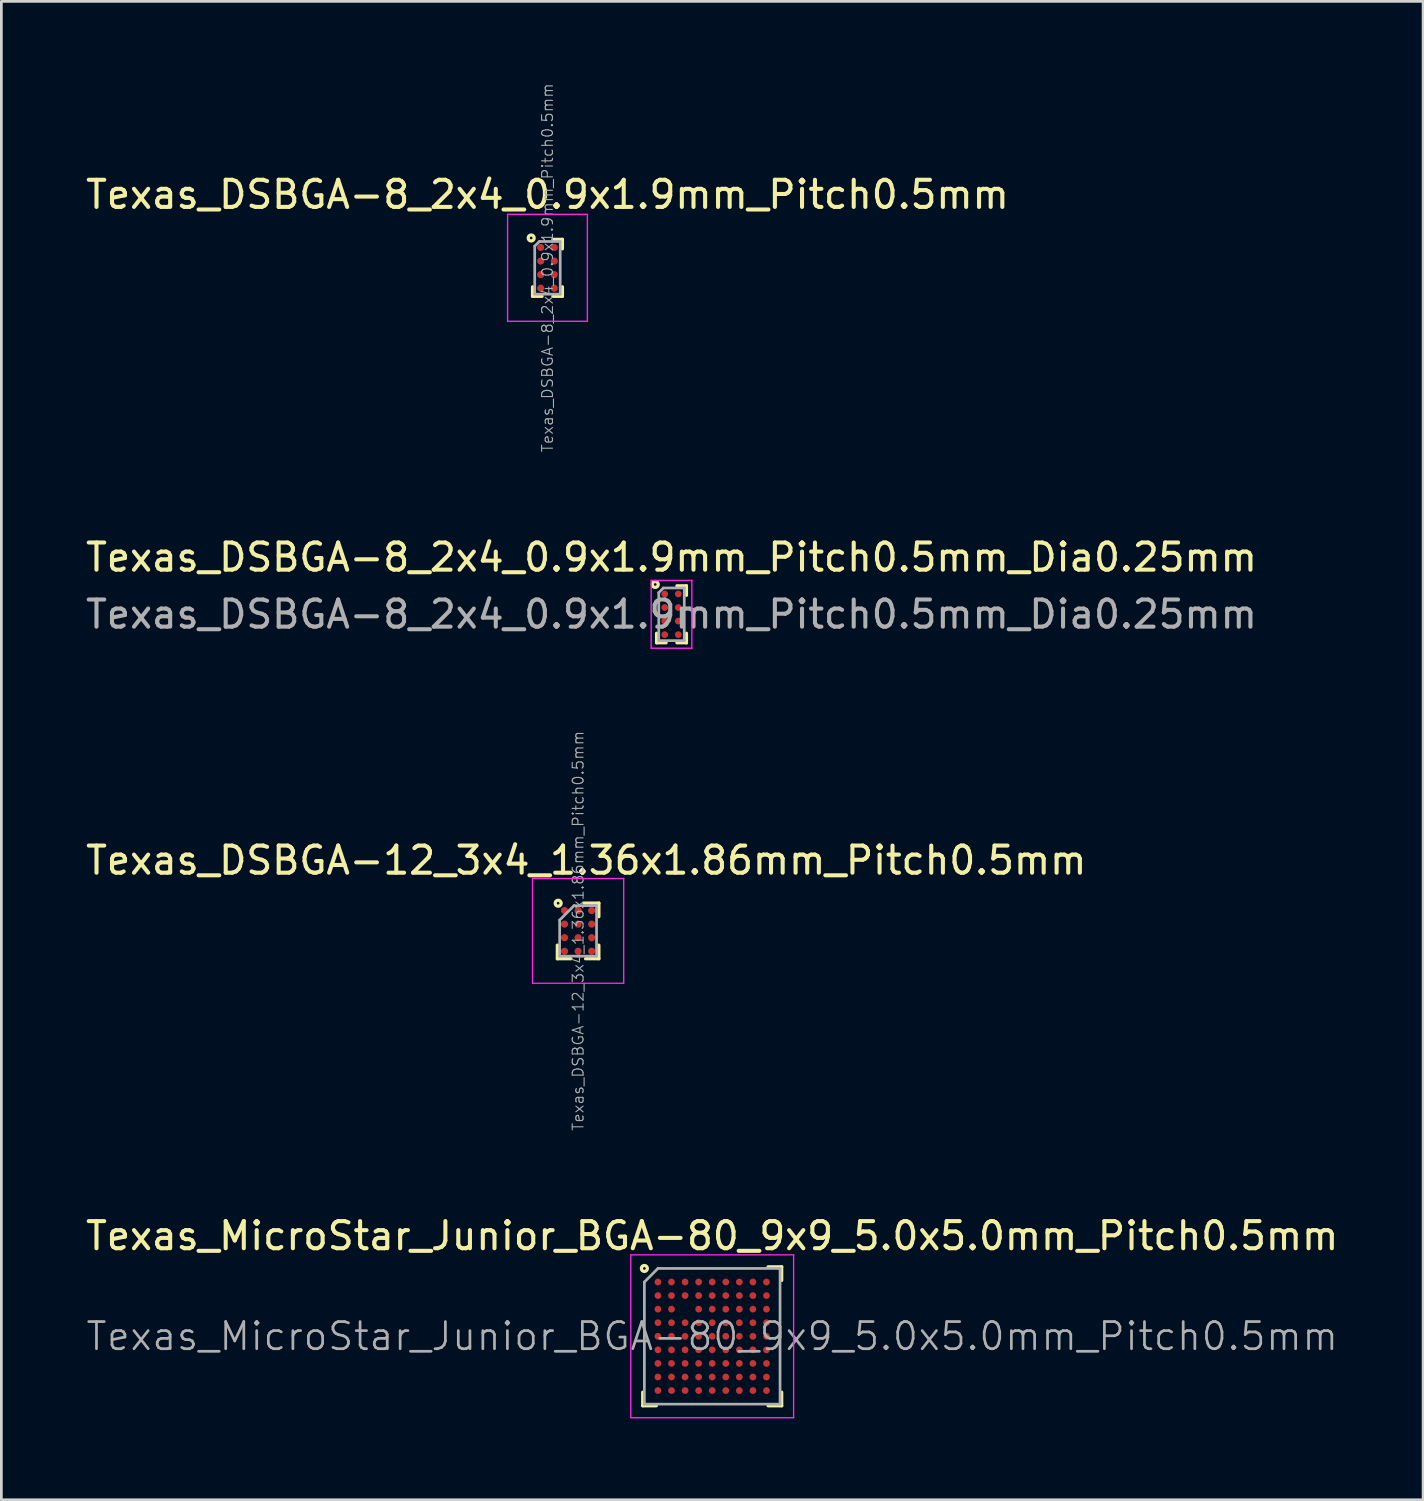
<source format=kicad_pcb>
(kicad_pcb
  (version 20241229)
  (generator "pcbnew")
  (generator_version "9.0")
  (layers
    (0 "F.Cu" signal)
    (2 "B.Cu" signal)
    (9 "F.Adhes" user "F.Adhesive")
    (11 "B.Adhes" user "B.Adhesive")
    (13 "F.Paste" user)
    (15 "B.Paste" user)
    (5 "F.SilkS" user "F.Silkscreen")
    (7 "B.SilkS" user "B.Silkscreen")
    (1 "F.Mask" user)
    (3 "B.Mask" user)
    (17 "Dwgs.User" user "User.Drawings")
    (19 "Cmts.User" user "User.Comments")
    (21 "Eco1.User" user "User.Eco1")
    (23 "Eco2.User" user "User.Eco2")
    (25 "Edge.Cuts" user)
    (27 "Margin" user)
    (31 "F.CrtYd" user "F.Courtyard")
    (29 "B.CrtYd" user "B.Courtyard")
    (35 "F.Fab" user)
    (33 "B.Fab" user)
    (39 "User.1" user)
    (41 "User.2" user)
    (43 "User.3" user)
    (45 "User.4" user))
  (footprint "Texas_DSBGA-8_2x4_0.9x1.9mm_Pitch0.5mm"
    (layer "F.Cu")
    (at 17.125 6.82)
    (property "Reference" "Texas_DSBGA-8_2x4_0.9x1.9mm_Pitch0.5mm" (at 0 -2.7 0) (layer "F.SilkS") (effects (font (size 1 1) (thickness 0.15))))
    (attr smd)
    (fp_line (start -0.55 0.7) (end -0.55 1.05) (stroke (width 0.12) (type solid)) (layer "F.SilkS"))
    (fp_line (start -0.55 1.05) (end -0.2 1.05) (stroke (width 0.12) (type solid)) (layer "F.SilkS"))
    (fp_line (start 0.2 1.05) (end 0.55 1.05) (stroke (width 0.12) (type solid)) (layer "F.SilkS"))
    (fp_line (start 0.55 -1.05) (end 0.2 -1.05) (stroke (width 0.12) (type solid)) (layer "F.SilkS"))
    (fp_line (start 0.55 -1.05) (end 0.55 -0.7) (stroke (width 0.12) (type solid)) (layer "F.SilkS"))
    (fp_line (start 0.55 1.05) (end 0.55 0.7) (stroke (width 0.12) (type solid)) (layer "F.SilkS"))
    (fp_circle (center -0.6 -1.1) (end -0.6 -1.05) (stroke (width 0.12) (type solid)) (fill no) (layer "F.SilkS"))
    (fp_line (start -1.47 -1.97) (end -1.47 1.97) (stroke (width 0.05) (type solid)) (layer "F.CrtYd"))
    (fp_line (start -1.47 1.97) (end 1.47 1.97) (stroke (width 0.05) (type solid)) (layer "F.CrtYd"))
    (fp_line (start 1.47 -1.97) (end -1.47 -1.97) (stroke (width 0.05) (type solid)) (layer "F.CrtYd"))
    (fp_line (start 1.47 1.97) (end 1.47 -1.97) (stroke (width 0.05) (type solid)) (layer "F.CrtYd"))
    (fp_line (start -0.47 -0.8) (end -0.47 0.97) (stroke (width 0.1) (type solid)) (layer "F.Fab"))
    (fp_line (start -0.47 -0.8) (end -0.3 -0.97) (stroke (width 0.1) (type solid)) (layer "F.Fab"))
    (fp_line (start -0.47 0.97) (end 0.47 0.97) (stroke (width 0.1) (type solid)) (layer "F.Fab"))
    (fp_line (start 0.47 -0.97) (end -0.3 -0.97) (stroke (width 0.1) (type solid)) (layer "F.Fab"))
    (fp_line (start 0.47 0.97) (end 0.47 -0.97) (stroke (width 0.1) (type solid)) (layer "F.Fab"))
    (fp_text user "${REFERENCE}" (at 0 0 90) (layer "F.Fab") (effects (font (size 0.4 0.4) (thickness 0.04))))
    (pad "" smd rect (at -0.25 -0.75) (size 0.3 0.3) (layers "F.Paste"))
    (pad "" smd rect (at -0.25 -0.25) (size 0.3 0.3) (layers "F.Paste"))
    (pad "" smd rect (at -0.25 0.25) (size 0.3 0.3) (layers "F.Paste"))
    (pad "" smd rect (at -0.25 0.75) (size 0.3 0.3) (layers "F.Paste"))
    (pad "" smd rect (at 0.25 -0.75) (size 0.3 0.3) (layers "F.Paste"))
    (pad "" smd rect (at 0.25 -0.25) (size 0.3 0.3) (layers "F.Paste"))
    (pad "" smd rect (at 0.25 0.25) (size 0.3 0.3) (layers "F.Paste"))
    (pad "" smd rect (at 0.25 0.75) (size 0.3 0.3) (layers "F.Paste"))
    (pad "A1" smd circle (at -0.25 -0.75) (size 0.265 0.265) (layers "F.Cu" "F.Mask"))
    (pad "A2" smd circle (at 0.25 -0.75) (size 0.265 0.265) (layers "F.Cu" "F.Mask"))
    (pad "B1" smd circle (at -0.25 -0.25) (size 0.265 0.265) (layers "F.Cu" "F.Mask"))
    (pad "B2" smd circle (at 0.25 -0.25) (size 0.265 0.265) (layers "F.Cu" "F.Mask"))
    (pad "C1" smd circle (at -0.25 0.25) (size 0.265 0.265) (layers "F.Cu" "F.Mask"))
    (pad "C2" smd circle (at 0.25 0.25) (size 0.265 0.265) (layers "F.Cu" "F.Mask"))
    (pad "D1" smd circle (at -0.25 0.75) (size 0.265 0.265) (layers "F.Cu" "F.Mask"))
    (pad "D2" smd circle (at 0.25 0.75) (size 0.265 0.265) (layers "F.Cu" "F.Mask")))
  (footprint "Texas_DSBGA-8_2x4_0.9x1.9mm_Pitch0.5mm_Dia0.25mm"
    (layer "F.Cu")
    (at 21.696 19.588)
    (property "Reference" "Texas_DSBGA-8_2x4_0.9x1.9mm_Pitch0.5mm_Dia0.25mm" (at 0 -2.1 0) (layer "F.SilkS") (effects (font (size 1 1) (thickness 0.15))))
    (attr smd)
    (fp_line (start -0.55 0.7) (end -0.55 1.05) (stroke (width 0.12) (type solid)) (layer "F.SilkS"))
    (fp_line (start -0.55 1.05) (end -0.2 1.05) (stroke (width 0.12) (type solid)) (layer "F.SilkS"))
    (fp_line (start 0.2 1.05) (end 0.55 1.05) (stroke (width 0.12) (type solid)) (layer "F.SilkS"))
    (fp_line (start 0.55 -1.05) (end 0.2 -1.05) (stroke (width 0.12) (type solid)) (layer "F.SilkS"))
    (fp_line (start 0.55 -1.05) (end 0.55 -0.7) (stroke (width 0.12) (type solid)) (layer "F.SilkS"))
    (fp_line (start 0.55 1.05) (end 0.55 0.7) (stroke (width 0.12) (type solid)) (layer "F.SilkS"))
    (fp_circle (center -0.6 -1.1) (end -0.6 -1.05) (stroke (width 0.12) (type solid)) (fill no) (layer "F.SilkS"))
    (fp_line (start -0.75 -1.25) (end -0.75 1.25) (stroke (width 0.05) (type solid)) (layer "F.CrtYd"))
    (fp_line (start -0.75 1.25) (end 0.75 1.25) (stroke (width 0.05) (type solid)) (layer "F.CrtYd"))
    (fp_line (start 0.75 -1.25) (end -0.75 -1.25) (stroke (width 0.05) (type solid)) (layer "F.CrtYd"))
    (fp_line (start 0.75 1.25) (end 0.75 -1.25) (stroke (width 0.05) (type solid)) (layer "F.CrtYd"))
    (fp_line (start -0.47 -0.8) (end -0.47 0.97) (stroke (width 0.1) (type solid)) (layer "F.Fab"))
    (fp_line (start -0.47 -0.8) (end -0.3 -0.97) (stroke (width 0.1) (type solid)) (layer "F.Fab"))
    (fp_line (start -0.47 0.97) (end 0.47 0.97) (stroke (width 0.1) (type solid)) (layer "F.Fab"))
    (fp_line (start 0.47 -0.97) (end -0.3 -0.97) (stroke (width 0.1) (type solid)) (layer "F.Fab"))
    (fp_line (start 0.47 0.97) (end 0.47 -0.97) (stroke (width 0.1) (type solid)) (layer "F.Fab"))
    (fp_text user "${REFERENCE}" (at 0 0 0) (layer "F.Fab") (effects (font (size 1 1) (thickness 0.15))))
    (pad "A1" smd circle (at -0.25 -0.75) (size 0.25 0.25) (layers "F.Cu" "F.Mask" "F.Paste"))
    (pad "A2" smd circle (at 0.25 -0.75) (size 0.25 0.25) (layers "F.Cu" "F.Mask" "F.Paste"))
    (pad "B1" smd circle (at -0.25 -0.25) (size 0.25 0.25) (layers "F.Cu" "F.Mask" "F.Paste"))
    (pad "B2" smd circle (at 0.25 -0.25) (size 0.25 0.25) (layers "F.Cu" "F.Mask" "F.Paste"))
    (pad "C1" smd circle (at -0.25 0.25) (size 0.25 0.25) (layers "F.Cu" "F.Mask" "F.Paste"))
    (pad "C2" smd circle (at 0.25 0.25) (size 0.25 0.25) (layers "F.Cu" "F.Mask" "F.Paste"))
    (pad "D1" smd circle (at -0.25 0.75) (size 0.25 0.25) (layers "F.Cu" "F.Mask" "F.Paste"))
    (pad "D2" smd circle (at 0.25 0.75) (size 0.25 0.25) (layers "F.Cu" "F.Mask" "F.Paste")))
  (footprint "Texas_DSBGA-12_3x4_1.36x1.86mm_Pitch0.5mm"
    (layer "F.Cu")
    (at 18.254 31.255)
    (property "Reference" "Texas_DSBGA-12_3x4_1.36x1.86mm_Pitch0.5mm" (at 0.3 -2.6 0) (layer "F.SilkS") (effects (font (size 1 1) (thickness 0.15))))
    (attr smd)
    (fp_line (start -0.765 0.525) (end -0.765 1.025) (stroke (width 0.12) (type solid)) (layer "F.SilkS"))
    (fp_line (start -0.765 1.025) (end -0.265 1.025) (stroke (width 0.12) (type solid)) (layer "F.SilkS"))
    (fp_line (start 0.215 -1.025) (end 0.765 -1.025) (stroke (width 0.12) (type solid)) (layer "F.SilkS"))
    (fp_line (start 0.765 -1.025) (end 0.765 -0.525) (stroke (width 0.12) (type solid)) (layer "F.SilkS"))
    (fp_line (start 0.765 1.025) (end 0.275 1.025) (stroke (width 0.12) (type solid)) (layer "F.SilkS"))
    (fp_line (start 0.765 1.025) (end 0.765 0.525) (stroke (width 0.12) (type solid)) (layer "F.SilkS"))
    (fp_circle (center -0.735 -1.02) (end -0.735 -0.97) (stroke (width 0.12) (type solid)) (fill no) (layer "F.SilkS"))
    (fp_line (start -1.68 -1.93) (end 1.68 -1.93) (stroke (width 0.05) (type solid)) (layer "F.CrtYd"))
    (fp_line (start -1.68 1.93) (end -1.68 -1.93) (stroke (width 0.05) (type solid)) (layer "F.CrtYd"))
    (fp_line (start -1.68 1.93) (end 1.68 1.93) (stroke (width 0.05) (type solid)) (layer "F.CrtYd"))
    (fp_line (start 1.68 -1.93) (end 1.68 1.93) (stroke (width 0.05) (type solid)) (layer "F.CrtYd"))
    (fp_line (start -0.68 -0.4) (end -0.15 -0.93) (stroke (width 0.1) (type solid)) (layer "F.Fab"))
    (fp_line (start -0.68 0.93) (end -0.68 -0.4) (stroke (width 0.1) (type solid)) (layer "F.Fab"))
    (fp_line (start -0.68 0.93) (end 0.68 0.93) (stroke (width 0.1) (type solid)) (layer "F.Fab"))
    (fp_line (start 0.68 -0.93) (end -0.15 -0.93) (stroke (width 0.1) (type solid)) (layer "F.Fab"))
    (fp_line (start 0.68 0.93) (end 0.68 -0.93) (stroke (width 0.1) (type solid)) (layer "F.Fab"))
    (fp_text user "${REFERENCE}" (at 0 0 90) (layer "F.Fab") (effects (font (size 0.4 0.4) (thickness 0.04))))
    (pad "" smd rect (at -0.5 -0.75) (size 0.3 0.3) (layers "F.Paste"))
    (pad "" smd rect (at -0.5 -0.25) (size 0.3 0.3) (layers "F.Paste"))
    (pad "" smd rect (at -0.5 0.25) (size 0.3 0.3) (layers "F.Paste"))
    (pad "" smd rect (at -0.5 0.75) (size 0.3 0.3) (layers "F.Paste"))
    (pad "" smd rect (at 0 -0.75) (size 0.3 0.3) (layers "F.Paste"))
    (pad "" smd rect (at 0 -0.25) (size 0.3 0.3) (layers "F.Paste"))
    (pad "" smd rect (at 0 0.25) (size 0.3 0.3) (layers "F.Paste"))
    (pad "" smd rect (at 0 0.75) (size 0.3 0.3) (layers "F.Paste"))
    (pad "" smd rect (at 0.5 -0.75) (size 0.3 0.3) (layers "F.Paste"))
    (pad "" smd rect (at 0.5 -0.25) (size 0.3 0.3) (layers "F.Paste"))
    (pad "" smd rect (at 0.5 0.25) (size 0.3 0.3) (layers "F.Paste"))
    (pad "" smd rect (at 0.5 0.75) (size 0.3 0.3) (layers "F.Paste"))
    (pad "A1" smd circle (at -0.5 -0.75) (size 0.265 0.265) (layers "F.Cu" "F.Mask"))
    (pad "A2" smd circle (at 0 -0.75) (size 0.265 0.265) (layers "F.Cu" "F.Mask"))
    (pad "A3" smd circle (at 0.5 -0.75) (size 0.265 0.265) (layers "F.Cu" "F.Mask"))
    (pad "B1" smd circle (at -0.5 -0.25) (size 0.265 0.265) (layers "F.Cu" "F.Mask"))
    (pad "B2" smd circle (at 0 -0.25) (size 0.265 0.265) (layers "F.Cu" "F.Mask"))
    (pad "B3" smd circle (at 0.5 -0.25) (size 0.265 0.265) (layers "F.Cu" "F.Mask"))
    (pad "C1" smd circle (at -0.5 0.25) (size 0.265 0.265) (layers "F.Cu" "F.Mask"))
    (pad "C2" smd circle (at 0 0.25) (size 0.265 0.265) (layers "F.Cu" "F.Mask"))
    (pad "C3" smd circle (at 0.5 0.25) (size 0.265 0.265) (layers "F.Cu" "F.Mask"))
    (pad "D1" smd circle (at -0.5 0.75) (size 0.265 0.265) (layers "F.Cu" "F.Mask"))
    (pad "D2" smd circle (at 0 0.75) (size 0.265 0.265) (layers "F.Cu" "F.Mask"))
    (pad "D3" smd circle (at 0.5 0.75) (size 0.265 0.265) (layers "F.Cu" "F.Mask")))
  (footprint "Texas_MicroStar_Junior_BGA-80_9x9_5.0x5.0mm_Pitch0.5mm"
    (layer "F.Cu")
    (at 23.196 46.194)
    (property "Reference" "Texas_MicroStar_Junior_BGA-80_9x9_5.0x5.0mm_Pitch0.5mm" (at 0 -3.7 0) (layer "F.SilkS") (effects (font (size 1 1) (thickness 0.15))))
    (attr smd)
    (fp_line (start -2.56 2.06) (end -2.56 2.56) (stroke (width 0.12) (type solid)) (layer "F.SilkS"))
    (fp_line (start -2.56 2.56) (end -2.06 2.56) (stroke (width 0.12) (type solid)) (layer "F.SilkS"))
    (fp_line (start 2.06 -2.56) (end 2.56 -2.56) (stroke (width 0.12) (type solid)) (layer "F.SilkS"))
    (fp_line (start 2.56 -2.56) (end 2.56 -2.06) (stroke (width 0.12) (type solid)) (layer "F.SilkS"))
    (fp_line (start 2.56 2.56) (end 2.06 2.56) (stroke (width 0.12) (type solid)) (layer "F.SilkS"))
    (fp_line (start 2.56 2.56) (end 2.56 2.06) (stroke (width 0.12) (type solid)) (layer "F.SilkS"))
    (fp_circle (center -2.5 -2.5) (end -2.5 -2.45) (stroke (width 0.12) (type solid)) (fill no) (layer "F.SilkS"))
    (fp_line (start -3 -3) (end 3 -3) (stroke (width 0.05) (type solid)) (layer "F.CrtYd"))
    (fp_line (start -3 3) (end -3 -3) (stroke (width 0.05) (type solid)) (layer "F.CrtYd"))
    (fp_line (start 3 -3) (end 3 3) (stroke (width 0.05) (type solid)) (layer "F.CrtYd"))
    (fp_line (start 3 3) (end -3 3) (stroke (width 0.05) (type solid)) (layer "F.CrtYd"))
    (fp_line (start -2.5 2.5) (end -2.5 -2) (stroke (width 0.1) (type solid)) (layer "F.Fab"))
    (fp_line (start -2 -2.5) (end -2.5 -2) (stroke (width 0.1) (type solid)) (layer "F.Fab"))
    (fp_line (start -2 -2.5) (end 2.5 -2.5) (stroke (width 0.1) (type solid)) (layer "F.Fab"))
    (fp_line (start 2.5 -2.5) (end 2.5 2.5) (stroke (width 0.1) (type solid)) (layer "F.Fab"))
    (fp_line (start 2.5 2.5) (end -2.5 2.5) (stroke (width 0.1) (type solid)) (layer "F.Fab"))
    (fp_text user "${REFERENCE}" (at 0 0 0) (layer "F.Fab") (effects (font (size 1 1) (thickness 0.1))))
    (pad "A1" smd circle (at -2 -2) (size 0.25 0.25) (layers "F.Cu" "F.Mask" "F.Paste"))
    (pad "A2" smd circle (at -1.5 -2) (size 0.25 0.25) (layers "F.Cu" "F.Mask" "F.Paste"))
    (pad "A3" smd circle (at -1 -2) (size 0.25 0.25) (layers "F.Cu" "F.Mask" "F.Paste"))
    (pad "A4" smd circle (at -0.5 -2) (size 0.25 0.25) (layers "F.Cu" "F.Mask" "F.Paste"))
    (pad "A5" smd circle (at 0 -2) (size 0.25 0.25) (layers "F.Cu" "F.Mask" "F.Paste"))
    (pad "A6" smd circle (at 0.5 -2) (size 0.25 0.25) (layers "F.Cu" "F.Mask" "F.Paste"))
    (pad "A7" smd circle (at 1 -2) (size 0.25 0.25) (layers "F.Cu" "F.Mask" "F.Paste"))
    (pad "A8" smd circle (at 1.5 -2) (size 0.25 0.25) (layers "F.Cu" "F.Mask" "F.Paste"))
    (pad "A9" smd circle (at 2 -2) (size 0.25 0.25) (layers "F.Cu" "F.Mask" "F.Paste"))
    (pad "B1" smd circle (at -2 -1.5) (size 0.25 0.25) (layers "F.Cu" "F.Mask" "F.Paste"))
    (pad "B2" smd circle (at -1.5 -1.5) (size 0.25 0.25) (layers "F.Cu" "F.Mask" "F.Paste"))
    (pad "B3" smd circle (at -1 -1.5) (size 0.25 0.25) (layers "F.Cu" "F.Mask" "F.Paste"))
    (pad "B4" smd circle (at -0.5 -1.5) (size 0.25 0.25) (layers "F.Cu" "F.Mask" "F.Paste"))
    (pad "B5" smd circle (at 0 -1.5) (size 0.25 0.25) (layers "F.Cu" "F.Mask" "F.Paste"))
    (pad "B6" smd circle (at 0.5 -1.5) (size 0.25 0.25) (layers "F.Cu" "F.Mask" "F.Paste"))
    (pad "B7" smd circle (at 1 -1.5) (size 0.25 0.25) (layers "F.Cu" "F.Mask" "F.Paste"))
    (pad "B8" smd circle (at 1.5 -1.5) (size 0.25 0.25) (layers "F.Cu" "F.Mask" "F.Paste"))
    (pad "B9" smd circle (at 2 -1.5) (size 0.25 0.25) (layers "F.Cu" "F.Mask" "F.Paste"))
    (pad "C1" smd circle (at -2 -1) (size 0.25 0.25) (layers "F.Cu" "F.Mask" "F.Paste"))
    (pad "C2" smd circle (at -1.5 -1) (size 0.25 0.25) (layers "F.Cu" "F.Mask" "F.Paste"))
    (pad "C4" smd circle (at -0.5 -1) (size 0.25 0.25) (layers "F.Cu" "F.Mask" "F.Paste"))
    (pad "C5" smd circle (at 0 -1) (size 0.25 0.25) (layers "F.Cu" "F.Mask" "F.Paste"))
    (pad "C6" smd circle (at 0.5 -1) (size 0.25 0.25) (layers "F.Cu" "F.Mask" "F.Paste"))
    (pad "C7" smd circle (at 1 -1) (size 0.25 0.25) (layers "F.Cu" "F.Mask" "F.Paste"))
    (pad "C8" smd circle (at 1.5 -1) (size 0.25 0.25) (layers "F.Cu" "F.Mask" "F.Paste"))
    (pad "C9" smd circle (at 2 -1) (size 0.25 0.25) (layers "F.Cu" "F.Mask" "F.Paste"))
    (pad "D1" smd circle (at -2 -0.5) (size 0.25 0.25) (layers "F.Cu" "F.Mask" "F.Paste"))
    (pad "D2" smd circle (at -1.5 -0.5) (size 0.25 0.25) (layers "F.Cu" "F.Mask" "F.Paste"))
    (pad "D3" smd circle (at -1 -0.5) (size 0.25 0.25) (layers "F.Cu" "F.Mask" "F.Paste"))
    (pad "D4" smd circle (at -0.5 -0.5) (size 0.25 0.25) (layers "F.Cu" "F.Mask" "F.Paste"))
    (pad "D5" smd circle (at 0 -0.5) (size 0.25 0.25) (layers "F.Cu" "F.Mask" "F.Paste"))
    (pad "D6" smd circle (at 0.5 -0.5) (size 0.25 0.25) (layers "F.Cu" "F.Mask" "F.Paste"))
    (pad "D7" smd circle (at 1 -0.5) (size 0.25 0.25) (layers "F.Cu" "F.Mask" "F.Paste"))
    (pad "D8" smd circle (at 1.5 -0.5) (size 0.25 0.25) (layers "F.Cu" "F.Mask" "F.Paste"))
    (pad "D9" smd circle (at 2 -0.5) (size 0.25 0.25) (layers "F.Cu" "F.Mask" "F.Paste"))
    (pad "E1" smd circle (at -2 0) (size 0.25 0.25) (layers "F.Cu" "F.Mask" "F.Paste"))
    (pad "E2" smd circle (at -1.5 0) (size 0.25 0.25) (layers "F.Cu" "F.Mask" "F.Paste"))
    (pad "E3" smd circle (at -1 0) (size 0.25 0.25) (layers "F.Cu" "F.Mask" "F.Paste"))
    (pad "E4" smd circle (at -0.5 0) (size 0.25 0.25) (layers "F.Cu" "F.Mask" "F.Paste"))
    (pad "E5" smd circle (at 0 0) (size 0.25 0.25) (layers "F.Cu" "F.Mask" "F.Paste"))
    (pad "E6" smd circle (at 0.5 0) (size 0.25 0.25) (layers "F.Cu" "F.Mask" "F.Paste"))
    (pad "E7" smd circle (at 1 0) (size 0.25 0.25) (layers "F.Cu" "F.Mask" "F.Paste"))
    (pad "E8" smd circle (at 1.5 0) (size 0.25 0.25) (layers "F.Cu" "F.Mask" "F.Paste"))
    (pad "E9" smd circle (at 2 0) (size 0.25 0.25) (layers "F.Cu" "F.Mask" "F.Paste"))
    (pad "F1" smd circle (at -2 0.5) (size 0.25 0.25) (layers "F.Cu" "F.Mask" "F.Paste"))
    (pad "F2" smd circle (at -1.5 0.5) (size 0.25 0.25) (layers "F.Cu" "F.Mask" "F.Paste"))
    (pad "F3" smd circle (at -1 0.5) (size 0.25 0.25) (layers "F.Cu" "F.Mask" "F.Paste"))
    (pad "F4" smd circle (at -0.5 0.5) (size 0.25 0.25) (layers "F.Cu" "F.Mask" "F.Paste"))
    (pad "F5" smd circle (at 0 0.5) (size 0.25 0.25) (layers "F.Cu" "F.Mask" "F.Paste"))
    (pad "F6" smd circle (at 0.5 0.5) (size 0.25 0.25) (layers "F.Cu" "F.Mask" "F.Paste"))
    (pad "F7" smd circle (at 1 0.5) (size 0.25 0.25) (layers "F.Cu" "F.Mask" "F.Paste"))
    (pad "F8" smd circle (at 1.5 0.5) (size 0.25 0.25) (layers "F.Cu" "F.Mask" "F.Paste"))
    (pad "F9" smd circle (at 2 0.5) (size 0.25 0.25) (layers "F.Cu" "F.Mask" "F.Paste"))
    (pad "G1" smd circle (at -2 1) (size 0.25 0.25) (layers "F.Cu" "F.Mask" "F.Paste"))
    (pad "G2" smd circle (at -1.5 1) (size 0.25 0.25) (layers "F.Cu" "F.Mask" "F.Paste"))
    (pad "G3" smd circle (at -1 1) (size 0.25 0.25) (layers "F.Cu" "F.Mask" "F.Paste"))
    (pad "G4" smd circle (at -0.5 1) (size 0.25 0.25) (layers "F.Cu" "F.Mask" "F.Paste"))
    (pad "G5" smd circle (at 0 1) (size 0.25 0.25) (layers "F.Cu" "F.Mask" "F.Paste"))
    (pad "G6" smd circle (at 0.5 1) (size 0.25 0.25) (layers "F.Cu" "F.Mask" "F.Paste"))
    (pad "G7" smd circle (at 1 1) (size 0.25 0.25) (layers "F.Cu" "F.Mask" "F.Paste"))
    (pad "G8" smd circle (at 1.5 1) (size 0.25 0.25) (layers "F.Cu" "F.Mask" "F.Paste"))
    (pad "G9" smd circle (at 2 1) (size 0.25 0.25) (layers "F.Cu" "F.Mask" "F.Paste"))
    (pad "H1" smd circle (at -2 1.5) (size 0.25 0.25) (layers "F.Cu" "F.Mask" "F.Paste"))
    (pad "H2" smd circle (at -1.5 1.5) (size 0.25 0.25) (layers "F.Cu" "F.Mask" "F.Paste"))
    (pad "H3" smd circle (at -1 1.5) (size 0.25 0.25) (layers "F.Cu" "F.Mask" "F.Paste"))
    (pad "H4" smd circle (at -0.5 1.5) (size 0.25 0.25) (layers "F.Cu" "F.Mask" "F.Paste"))
    (pad "H5" smd circle (at 0 1.5) (size 0.25 0.25) (layers "F.Cu" "F.Mask" "F.Paste"))
    (pad "H6" smd circle (at 0.5 1.5) (size 0.25 0.25) (layers "F.Cu" "F.Mask" "F.Paste"))
    (pad "H7" smd circle (at 1 1.5) (size 0.25 0.25) (layers "F.Cu" "F.Mask" "F.Paste"))
    (pad "H8" smd circle (at 1.5 1.5) (size 0.25 0.25) (layers "F.Cu" "F.Mask" "F.Paste"))
    (pad "H9" smd circle (at 2 1.5) (size 0.25 0.25) (layers "F.Cu" "F.Mask" "F.Paste"))
    (pad "J1" smd circle (at -2 2) (size 0.25 0.25) (layers "F.Cu" "F.Mask" "F.Paste"))
    (pad "J2" smd circle (at -1.5 2) (size 0.25 0.25) (layers "F.Cu" "F.Mask" "F.Paste"))
    (pad "J3" smd circle (at -1 2) (size 0.25 0.25) (layers "F.Cu" "F.Mask" "F.Paste"))
    (pad "J4" smd circle (at -0.5 2) (size 0.25 0.25) (layers "F.Cu" "F.Mask" "F.Paste"))
    (pad "J5" smd circle (at 0 2) (size 0.25 0.25) (layers "F.Cu" "F.Mask" "F.Paste"))
    (pad "J6" smd circle (at 0.5 2) (size 0.25 0.25) (layers "F.Cu" "F.Mask" "F.Paste"))
    (pad "J7" smd circle (at 1 2) (size 0.25 0.25) (layers "F.Cu" "F.Mask" "F.Paste"))
    (pad "J8" smd circle (at 1.5 2) (size 0.25 0.25) (layers "F.Cu" "F.Mask" "F.Paste"))
    (pad "J9" smd circle (at 2 2) (size 0.25 0.25) (layers "F.Cu" "F.Mask" "F.Paste")))
  (gr_rect
    (start -3 -3)
    (end 49.393 52.219)
    (stroke (width 0.1) (type default))
    (fill no)
    (layer "Edge.Cuts")))
</source>
